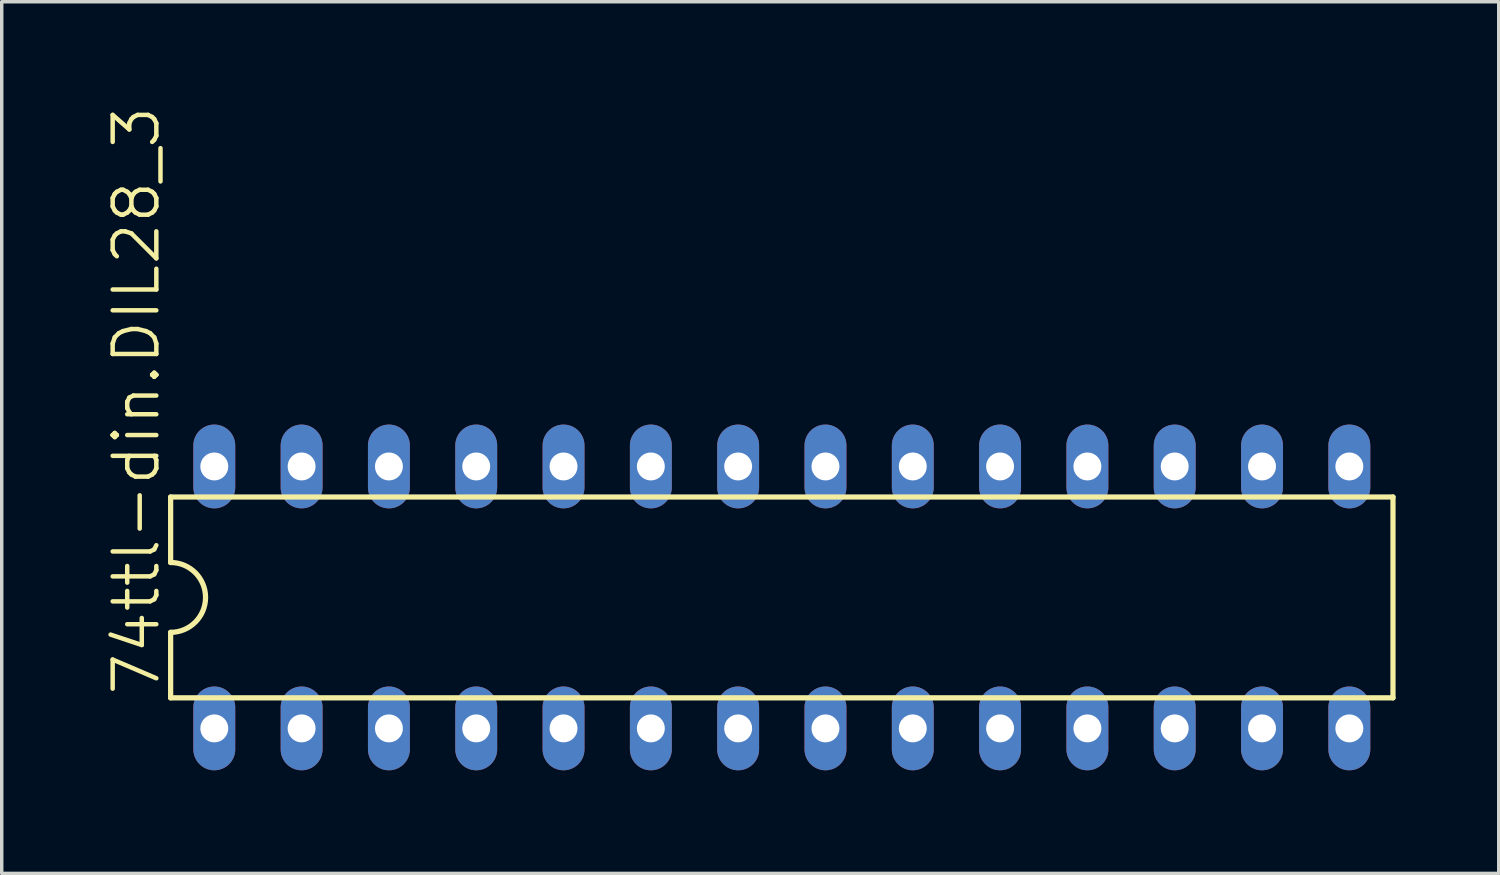
<source format=kicad_pcb>
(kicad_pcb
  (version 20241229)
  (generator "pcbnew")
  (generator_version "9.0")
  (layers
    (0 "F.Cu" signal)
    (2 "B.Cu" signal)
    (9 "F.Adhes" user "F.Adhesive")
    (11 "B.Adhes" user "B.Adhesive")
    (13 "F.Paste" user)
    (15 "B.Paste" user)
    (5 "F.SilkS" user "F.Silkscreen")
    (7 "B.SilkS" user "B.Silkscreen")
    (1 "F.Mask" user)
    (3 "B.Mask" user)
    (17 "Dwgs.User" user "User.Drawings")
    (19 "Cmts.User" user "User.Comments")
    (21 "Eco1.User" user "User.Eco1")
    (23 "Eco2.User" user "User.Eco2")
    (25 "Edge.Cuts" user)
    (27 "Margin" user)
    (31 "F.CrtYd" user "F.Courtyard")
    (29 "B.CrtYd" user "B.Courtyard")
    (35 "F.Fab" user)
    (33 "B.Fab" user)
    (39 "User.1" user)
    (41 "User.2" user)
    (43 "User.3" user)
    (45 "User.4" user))
  (footprint "74ttl-din.DIL28_3"
    (layer "F.Cu")
    (at 19.694 14.33)
    (property "Reference" "74ttl-din.DIL28_3" (at -18.034 2.921 90) (layer "F.SilkS") (effects (font (size 1.27 1.27) (thickness 0.13)) (justify left bottom)))
    (attr through_hole)
    (fp_line (start -17.78 -2.921) (end -17.78 -1.016) (stroke (width 0.152) (type default)) (layer "F.SilkS"))
    (fp_line (start -17.78 2.921) (end -17.78 1.016) (stroke (width 0.152) (type default)) (layer "F.SilkS"))
    (fp_line (start -17.78 2.921) (end 17.78 2.921) (stroke (width 0.152) (type default)) (layer "F.SilkS"))
    (fp_line (start 17.78 -2.921) (end -17.78 -2.921) (stroke (width 0.152) (type default)) (layer "F.SilkS"))
    (fp_line (start 17.78 -2.921) (end 17.78 2.921) (stroke (width 0.152) (type default)) (layer "F.SilkS"))
    (fp_arc (start -17.78 -1.016) (mid -16.764 0) (end -17.78 1.016) (stroke (width 0.1524) (type default)) (layer "F.SilkS"))
    (pad "1" thru_hole oval (at -16.51 3.81 90) (size 2.438 1.219) (drill 0.813) (layers "*.Cu" "*.Mask"))
    (pad "2" thru_hole oval (at -13.97 3.81 90) (size 2.438 1.219) (drill 0.813) (layers "*.Cu" "*.Mask"))
    (pad "3" thru_hole oval (at -11.43 3.81 90) (size 2.438 1.219) (drill 0.813) (layers "*.Cu" "*.Mask"))
    (pad "4" thru_hole oval (at -8.89 3.81 90) (size 2.438 1.219) (drill 0.813) (layers "*.Cu" "*.Mask"))
    (pad "5" thru_hole oval (at -6.35 3.81 90) (size 2.438 1.219) (drill 0.813) (layers "*.Cu" "*.Mask"))
    (pad "6" thru_hole oval (at -3.81 3.81 90) (size 2.438 1.219) (drill 0.813) (layers "*.Cu" "*.Mask"))
    (pad "7" thru_hole oval (at -1.27 3.81 90) (size 2.438 1.219) (drill 0.813) (layers "*.Cu" "*.Mask"))
    (pad "8" thru_hole oval (at 1.27 3.81 90) (size 2.438 1.219) (drill 0.813) (layers "*.Cu" "*.Mask"))
    (pad "9" thru_hole oval (at 3.81 3.81 90) (size 2.438 1.219) (drill 0.813) (layers "*.Cu" "*.Mask"))
    (pad "10" thru_hole oval (at 6.35 3.81 90) (size 2.438 1.219) (drill 0.813) (layers "*.Cu" "*.Mask"))
    (pad "11" thru_hole oval (at 8.89 3.81 90) (size 2.438 1.219) (drill 0.813) (layers "*.Cu" "*.Mask"))
    (pad "12" thru_hole oval (at 11.43 3.81 90) (size 2.438 1.219) (drill 0.813) (layers "*.Cu" "*.Mask"))
    (pad "13" thru_hole oval (at 13.97 3.81 90) (size 2.438 1.219) (drill 0.813) (layers "*.Cu" "*.Mask"))
    (pad "14" thru_hole oval (at 16.51 3.81 90) (size 2.438 1.219) (drill 0.813) (layers "*.Cu" "*.Mask"))
    (pad "15" thru_hole oval (at 16.51 -3.81 90) (size 2.438 1.219) (drill 0.813) (layers "*.Cu" "*.Mask"))
    (pad "16" thru_hole oval (at 13.97 -3.81 90) (size 2.438 1.219) (drill 0.813) (layers "*.Cu" "*.Mask"))
    (pad "17" thru_hole oval (at 11.43 -3.81 90) (size 2.438 1.219) (drill 0.813) (layers "*.Cu" "*.Mask"))
    (pad "18" thru_hole oval (at 8.89 -3.81 90) (size 2.438 1.219) (drill 0.813) (layers "*.Cu" "*.Mask"))
    (pad "19" thru_hole oval (at 6.35 -3.81 90) (size 2.438 1.219) (drill 0.813) (layers "*.Cu" "*.Mask"))
    (pad "20" thru_hole oval (at 3.81 -3.81 90) (size 2.438 1.219) (drill 0.813) (layers "*.Cu" "*.Mask"))
    (pad "21" thru_hole oval (at 1.27 -3.81 90) (size 2.438 1.219) (drill 0.813) (layers "*.Cu" "*.Mask"))
    (pad "22" thru_hole oval (at -1.27 -3.81 90) (size 2.438 1.219) (drill 0.813) (layers "*.Cu" "*.Mask"))
    (pad "23" thru_hole oval (at -3.81 -3.81 90) (size 2.438 1.219) (drill 0.813) (layers "*.Cu" "*.Mask"))
    (pad "24" thru_hole oval (at -6.35 -3.81 90) (size 2.438 1.219) (drill 0.813) (layers "*.Cu" "*.Mask"))
    (pad "25" thru_hole oval (at -8.89 -3.81 90) (size 2.438 1.219) (drill 0.813) (layers "*.Cu" "*.Mask"))
    (pad "26" thru_hole oval (at -11.43 -3.81 90) (size 2.438 1.219) (drill 0.813) (layers "*.Cu" "*.Mask"))
    (pad "27" thru_hole oval (at -13.97 -3.81 90) (size 2.438 1.219) (drill 0.813) (layers "*.Cu" "*.Mask"))
    (pad "28" thru_hole oval (at -16.51 -3.81 90) (size 2.438 1.219) (drill 0.813) (layers "*.Cu" "*.Mask")))
  (gr_rect
    (start -3 -3)
    (end 40.55 22.359)
    (stroke (width 0.1) (type default))
    (fill no)
    (layer "Edge.Cuts")))
</source>
